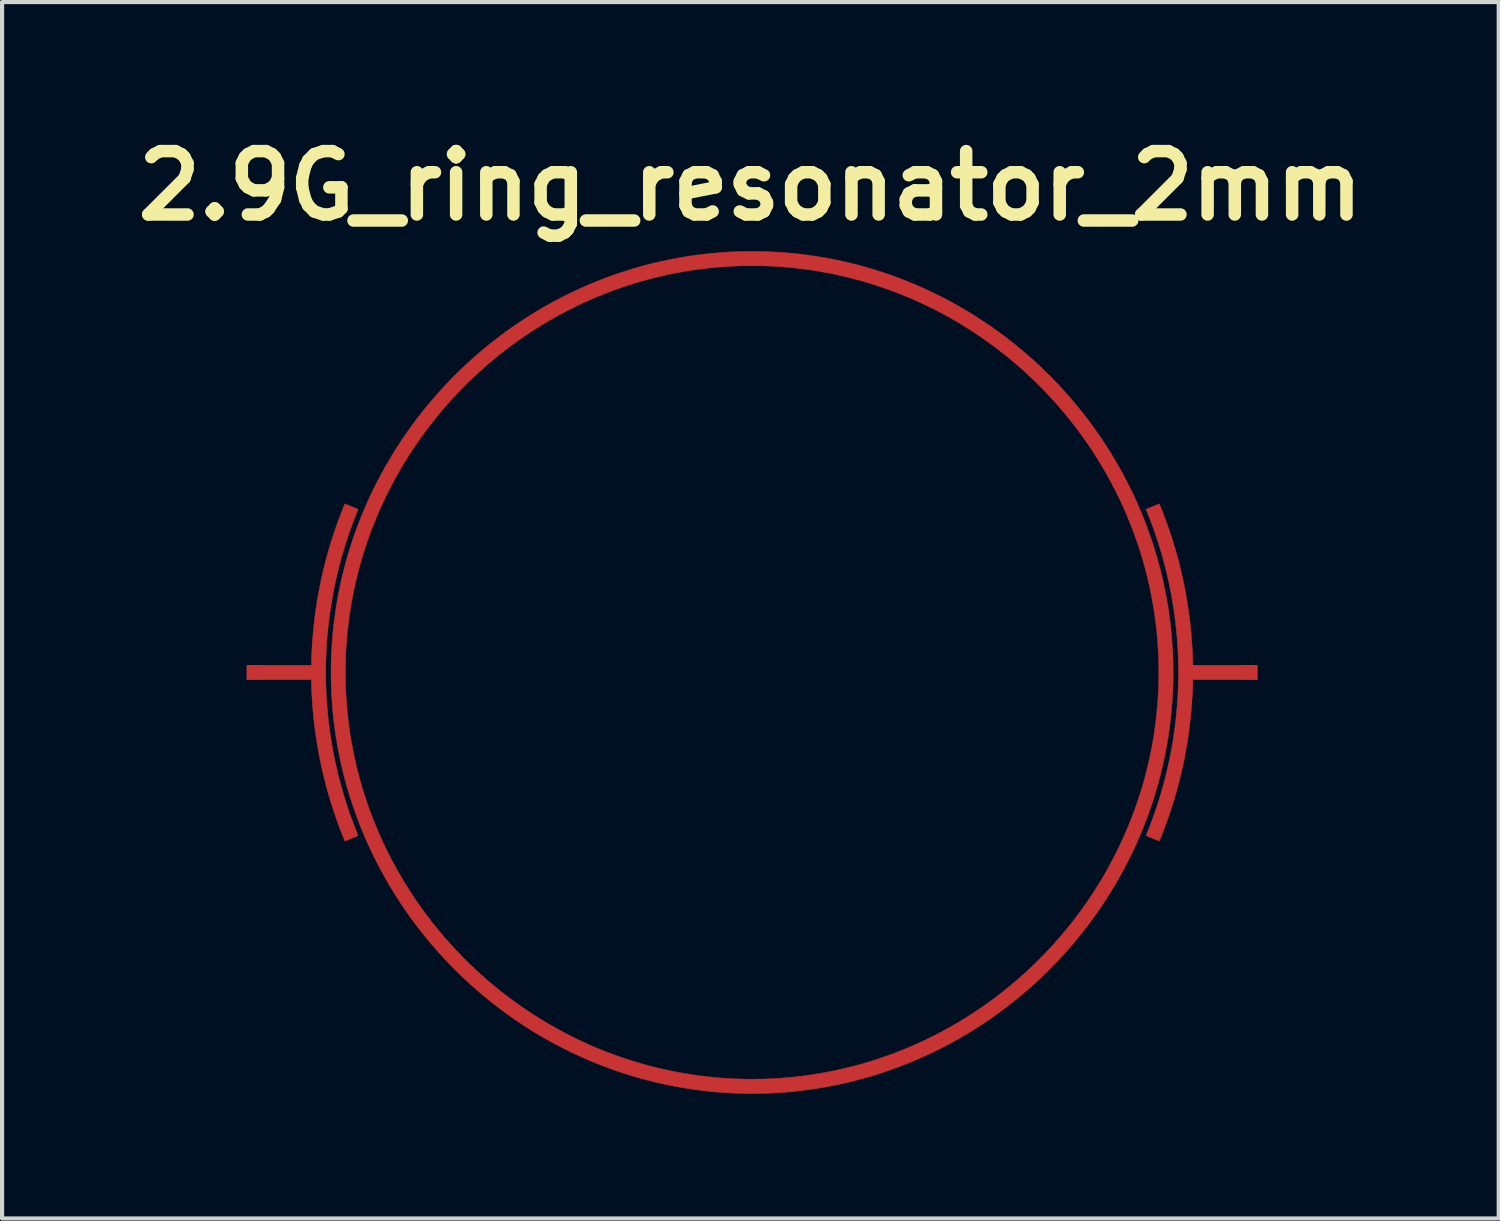
<source format=kicad_pcb>
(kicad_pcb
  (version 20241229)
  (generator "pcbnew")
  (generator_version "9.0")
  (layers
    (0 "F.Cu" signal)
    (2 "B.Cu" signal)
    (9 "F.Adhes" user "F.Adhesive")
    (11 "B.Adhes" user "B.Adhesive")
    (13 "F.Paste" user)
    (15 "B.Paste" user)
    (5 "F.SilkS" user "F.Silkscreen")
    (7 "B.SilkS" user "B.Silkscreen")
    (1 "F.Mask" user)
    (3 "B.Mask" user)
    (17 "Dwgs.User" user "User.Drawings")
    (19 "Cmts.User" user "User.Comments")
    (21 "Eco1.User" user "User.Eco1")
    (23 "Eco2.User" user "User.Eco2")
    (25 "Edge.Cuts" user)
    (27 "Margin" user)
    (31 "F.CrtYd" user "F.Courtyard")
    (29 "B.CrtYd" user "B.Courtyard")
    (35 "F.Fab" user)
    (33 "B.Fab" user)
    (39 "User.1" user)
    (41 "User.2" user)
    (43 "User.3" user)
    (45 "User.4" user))
  (footprint "2.9G_ring_resonator_2mm"
    (layer "F.Cu")
    (at 15.033 13.118)
    (property "Reference" "2.9G_ring_resonator_2mm" (at -0.04 -11.7 0) (layer "F.SilkS") (effects (font (size 1.524 1.524) (thickness 0.3))))
    (attr through_hole)
    (fp_poly (pts (xy 9.793 -4.053) (xy 9.795 -4.05) (xy 9.798 -4.044) (xy 9.802 -4.033) (xy 9.808 -4.019) (xy 9.814 -4.003) (xy 9.822 -3.985) (xy 9.83 -3.965) (xy 9.838 -3.945) (xy 9.846 -3.924) (xy 9.855 -3.903) (xy 9.861 -3.887) (xy 9.944 -3.67) (xy 10.022 -3.451) (xy 10.095 -3.231) (xy 10.163 -3.01) (xy 10.227 -2.787) (xy 10.285 -2.563) (xy 10.339 -2.338) (xy 10.387 -2.112) (xy 10.431 -1.884) (xy 10.469 -1.656) (xy 10.503 -1.427) (xy 10.532 -1.197) (xy 10.556 -0.966) (xy 10.574 -0.735) (xy 10.583 -0.601) (xy 10.585 -0.568) (xy 10.586 -0.533) (xy 10.588 -0.498) (xy 10.59 -0.462) (xy 10.591 -0.426) (xy 10.593 -0.392) (xy 10.594 -0.359) (xy 10.595 -0.328) (xy 10.596 -0.3) (xy 10.596 -0.275) (xy 10.597 -0.255) (xy 10.597 -0.243) (xy 10.597 -0.228) (xy 10.597 -0.213) (xy 10.598 -0.2) (xy 10.598 -0.191) (xy 10.599 -0.19) (xy 10.6 -0.173) (xy 12.144 -0.173) (xy 12.144 0.175) (xy 10.6 0.175) (xy 10.599 0.192) (xy 10.598 0.202) (xy 10.597 0.214) (xy 10.597 0.229) (xy 10.597 0.244) (xy 10.597 0.245) (xy 10.597 0.263) (xy 10.596 0.284) (xy 10.596 0.31) (xy 10.595 0.339) (xy 10.594 0.371) (xy 10.592 0.404) (xy 10.591 0.439) (xy 10.589 0.475) (xy 10.588 0.51) (xy 10.586 0.546) (xy 10.584 0.58) (xy 10.583 0.603) (xy 10.567 0.834) (xy 10.546 1.064) (xy 10.521 1.293) (xy 10.49 1.522) (xy 10.454 1.75) (xy 10.414 1.977) (xy 10.369 2.203) (xy 10.318 2.428) (xy 10.263 2.651) (xy 10.203 2.873) (xy 10.139 3.094) (xy 10.069 3.314) (xy 9.995 3.531) (xy 9.916 3.747) (xy 9.833 3.961) (xy 9.817 3.999) (xy 9.811 4.014) (xy 9.805 4.028) (xy 9.801 4.039) (xy 9.797 4.048) (xy 9.795 4.053) (xy 9.795 4.053) (xy 9.792 4.056) (xy 9.791 4.056) (xy 9.788 4.055) (xy 9.781 4.052) (xy 9.77 4.048) (xy 9.755 4.042) (xy 9.738 4.035) (xy 9.718 4.026) (xy 9.695 4.017) (xy 9.67 4.007) (xy 9.644 3.996) (xy 9.632 3.991) (xy 9.605 3.98) (xy 9.58 3.969) (xy 9.556 3.96) (xy 9.535 3.951) (xy 9.516 3.943) (xy 9.501 3.936) (xy 9.488 3.931) (xy 9.48 3.927) (xy 9.475 3.926) (xy 9.474 3.925) (xy 9.475 3.923) (xy 9.478 3.916) (xy 9.481 3.906) (xy 9.486 3.893) (xy 9.492 3.878) (xy 9.499 3.862) (xy 9.499 3.862) (xy 9.582 3.653) (xy 9.659 3.441) (xy 9.733 3.228) (xy 9.801 3.014) (xy 9.865 2.797) (xy 9.924 2.579) (xy 9.978 2.36) (xy 10.028 2.139) (xy 10.073 1.918) (xy 10.113 1.695) (xy 10.147 1.472) (xy 10.177 1.248) (xy 10.202 1.024) (xy 10.221 0.819) (xy 10.227 0.732) (xy 10.233 0.647) (xy 10.238 0.565) (xy 10.242 0.484) (xy 10.246 0.403) (xy 10.248 0.322) (xy 10.25 0.239) (xy 10.252 0.153) (xy 10.252 0.064) (xy 10.252 0.001) (xy 10.252 -0.091) (xy 10.251 -0.179) (xy 10.25 -0.264) (xy 10.248 -0.346) (xy 10.245 -0.427) (xy 10.241 -0.508) (xy 10.237 -0.589) (xy 10.231 -0.672) (xy 10.225 -0.757) (xy 10.221 -0.817) (xy 10.2 -1.041) (xy 10.175 -1.266) (xy 10.145 -1.489) (xy 10.109 -1.713) (xy 10.069 -1.935) (xy 10.024 -2.157) (xy 9.974 -2.377) (xy 9.919 -2.596) (xy 9.86 -2.814) (xy 9.795 -3.03) (xy 9.726 -3.245) (xy 9.653 -3.458) (xy 9.574 -3.669) (xy 9.499 -3.859) (xy 9.492 -3.876) (xy 9.486 -3.891) (xy 9.481 -3.904) (xy 9.478 -3.914) (xy 9.475 -3.92) (xy 9.474 -3.923) (xy 9.474 -3.923) (xy 9.477 -3.924) (xy 9.484 -3.927) (xy 9.495 -3.932) (xy 9.509 -3.937) (xy 9.526 -3.944) (xy 9.545 -3.952) (xy 9.566 -3.961) (xy 9.588 -3.97) (xy 9.611 -3.98) (xy 9.635 -3.989) (xy 9.658 -3.999) (xy 9.682 -4.008) (xy 9.704 -4.017) (xy 9.725 -4.026) (xy 9.743 -4.034) (xy 9.76 -4.04) (xy 9.774 -4.046) (xy 9.784 -4.05) (xy 9.791 -4.052) (xy 9.793 -4.053) (xy 9.793 -4.053)) (stroke (width 0.01) (type solid)) (fill yes) (layer "F.Cu"))
    (fp_poly (pts (xy -9.788 -4.052) (xy -9.782 -4.05) (xy -9.771 -4.046) (xy -9.758 -4.04) (xy -9.741 -4.034) (xy -9.722 -4.026) (xy -9.701 -4.018) (xy -9.679 -4.008) (xy -9.656 -3.999) (xy -9.632 -3.989) (xy -9.609 -3.98) (xy -9.586 -3.97) (xy -9.563 -3.961) (xy -9.542 -3.952) (xy -9.523 -3.944) (xy -9.507 -3.937) (xy -9.493 -3.932) (xy -9.482 -3.927) (xy -9.475 -3.924) (xy -9.472 -3.923) (xy -9.472 -3.923) (xy -9.473 -3.92) (xy -9.475 -3.914) (xy -9.479 -3.904) (xy -9.484 -3.891) (xy -9.49 -3.876) (xy -9.497 -3.859) (xy -9.497 -3.859) (xy -9.579 -3.65) (xy -9.657 -3.439) (xy -9.73 -3.225) (xy -9.799 -3.011) (xy -9.863 -2.794) (xy -9.922 -2.576) (xy -9.976 -2.357) (xy -10.026 -2.136) (xy -10.07 -1.914) (xy -10.11 -1.691) (xy -10.145 -1.468) (xy -10.175 -1.244) (xy -10.2 -1.019) (xy -10.22 -0.794) (xy -10.227 -0.695) (xy -10.232 -0.624) (xy -10.236 -0.555) (xy -10.239 -0.489) (xy -10.242 -0.424) (xy -10.245 -0.36) (xy -10.247 -0.294) (xy -10.248 -0.228) (xy -10.249 -0.159) (xy -10.25 -0.087) (xy -10.25 -0.01) (xy -10.25 0.001) (xy -10.25 0.078) (xy -10.249 0.151) (xy -10.248 0.22) (xy -10.247 0.287) (xy -10.245 0.353) (xy -10.243 0.417) (xy -10.24 0.482) (xy -10.236 0.548) (xy -10.233 0.616) (xy -10.228 0.687) (xy -10.227 0.697) (xy -10.209 0.923) (xy -10.187 1.148) (xy -10.159 1.372) (xy -10.126 1.596) (xy -10.088 1.819) (xy -10.046 2.041) (xy -9.998 2.262) (xy -9.946 2.482) (xy -9.889 2.701) (xy -9.827 2.918) (xy -9.761 3.134) (xy -9.69 3.348) (xy -9.614 3.56) (xy -9.533 3.77) (xy -9.497 3.862) (xy -9.49 3.878) (xy -9.484 3.893) (xy -9.479 3.906) (xy -9.475 3.916) (xy -9.473 3.923) (xy -9.472 3.925) (xy -9.472 3.925) (xy -9.474 3.926) (xy -9.481 3.929) (xy -9.492 3.934) (xy -9.505 3.939) (xy -9.522 3.946) (xy -9.541 3.954) (xy -9.562 3.963) (xy -9.584 3.972) (xy -9.607 3.981) (xy -9.631 3.991) (xy -9.654 4.001) (xy -9.678 4.011) (xy -9.7 4.02) (xy -9.721 4.028) (xy -9.74 4.036) (xy -9.756 4.043) (xy -9.77 4.048) (xy -9.78 4.053) (xy -9.787 4.055) (xy -9.79 4.056) (xy -9.79 4.056) (xy -9.792 4.054) (xy -9.792 4.053) (xy -9.794 4.05) (xy -9.797 4.043) (xy -9.801 4.032) (xy -9.806 4.02) (xy -9.812 4.005) (xy -9.814 3.999) (xy -9.899 3.786) (xy -9.978 3.571) (xy -10.053 3.354) (xy -10.123 3.136) (xy -10.189 2.916) (xy -10.25 2.694) (xy -10.305 2.471) (xy -10.357 2.247) (xy -10.403 2.021) (xy -10.444 1.795) (xy -10.481 1.568) (xy -10.512 1.34) (xy -10.539 1.112) (xy -10.561 0.883) (xy -10.571 0.743) (xy -10.574 0.704) (xy -10.577 0.663) (xy -10.579 0.621) (xy -10.581 0.578) (xy -10.584 0.536) (xy -10.586 0.493) (xy -10.588 0.452) (xy -10.59 0.413) (xy -10.591 0.375) (xy -10.592 0.34) (xy -10.593 0.309) (xy -10.594 0.281) (xy -10.594 0.257) (xy -10.594 0.249) (xy -10.594 0.234) (xy -10.595 0.219) (xy -10.595 0.205) (xy -10.596 0.195) (xy -10.596 0.195) (xy -10.598 0.175) (xy -12.141 0.175) (xy -12.141 -0.173) (xy -10.598 -0.173) (xy -10.596 -0.192) (xy -10.595 -0.202) (xy -10.595 -0.216) (xy -10.594 -0.231) (xy -10.594 -0.246) (xy -10.594 -0.246) (xy -10.594 -0.262) (xy -10.594 -0.283) (xy -10.593 -0.308) (xy -10.592 -0.335) (xy -10.591 -0.366) (xy -10.59 -0.398) (xy -10.589 -0.432) (xy -10.587 -0.467) (xy -10.585 -0.501) (xy -10.584 -0.536) (xy -10.582 -0.569) (xy -10.58 -0.601) (xy -10.564 -0.833) (xy -10.543 -1.065) (xy -10.518 -1.296) (xy -10.487 -1.526) (xy -10.451 -1.755) (xy -10.41 -1.983) (xy -10.364 -2.209) (xy -10.314 -2.435) (xy -10.258 -2.66) (xy -10.197 -2.883) (xy -10.132 -3.105) (xy -10.061 -3.326) (xy -9.986 -3.546) (xy -9.906 -3.764) (xy -9.858 -3.887) (xy -9.85 -3.908) (xy -9.842 -3.929) (xy -9.833 -3.95) (xy -9.825 -3.97) (xy -9.817 -3.99) (xy -9.81 -4.007) (xy -9.804 -4.023) (xy -9.798 -4.036) (xy -9.794 -4.046) (xy -9.792 -4.052) (xy -9.791 -4.053) (xy -9.788 -4.052)) (stroke (width 0.01) (type solid)) (fill yes) (layer "F.Cu"))
    (fp_poly (pts (xy 0.049 -10.123) (xy 0.092 -10.123) (xy 0.131 -10.123) (xy 0.166 -10.122) (xy 0.2 -10.122) (xy 0.231 -10.122) (xy 0.261 -10.121) (xy 0.29 -10.12) (xy 0.32 -10.12) (xy 0.35 -10.119) (xy 0.381 -10.117) (xy 0.413 -10.116) (xy 0.449 -10.114) (xy 0.455 -10.114) (xy 0.68 -10.101) (xy 0.905 -10.084) (xy 1.129 -10.061) (xy 1.353 -10.033) (xy 1.575 -10) (xy 1.797 -9.963) (xy 2.018 -9.92) (xy 2.238 -9.872) (xy 2.456 -9.819) (xy 2.674 -9.762) (xy 2.832 -9.716) (xy 2.983 -9.671) (xy 3.136 -9.621) (xy 3.29 -9.569) (xy 3.443 -9.515) (xy 3.593 -9.458) (xy 3.74 -9.401) (xy 3.764 -9.391) (xy 3.974 -9.303) (xy 4.181 -9.211) (xy 4.386 -9.114) (xy 4.589 -9.013) (xy 4.789 -8.907) (xy 4.987 -8.796) (xy 5.182 -8.682) (xy 5.375 -8.563) (xy 5.565 -8.439) (xy 5.753 -8.312) (xy 5.938 -8.18) (xy 6.12 -8.044) (xy 6.299 -7.904) (xy 6.475 -7.759) (xy 6.649 -7.611) (xy 6.763 -7.51) (xy 6.855 -7.426) (xy 6.948 -7.338) (xy 7.042 -7.247) (xy 7.136 -7.155) (xy 7.229 -7.061) (xy 7.32 -6.967) (xy 7.409 -6.873) (xy 7.494 -6.781) (xy 7.512 -6.76) (xy 7.662 -6.59) (xy 7.808 -6.417) (xy 7.95 -6.241) (xy 8.089 -6.062) (xy 8.223 -5.879) (xy 8.353 -5.694) (xy 8.479 -5.507) (xy 8.6 -5.317) (xy 8.717 -5.124) (xy 8.83 -4.929) (xy 8.939 -4.732) (xy 9.042 -4.533) (xy 9.142 -4.332) (xy 9.187 -4.235) (xy 9.281 -4.029) (xy 9.369 -3.82) (xy 9.453 -3.611) (xy 9.532 -3.399) (xy 9.607 -3.186) (xy 9.676 -2.97) (xy 9.741 -2.753) (xy 9.758 -2.692) (xy 9.816 -2.478) (xy 9.869 -2.262) (xy 9.916 -2.044) (xy 9.959 -1.825) (xy 9.998 -1.605) (xy 10.031 -1.384) (xy 10.059 -1.162) (xy 10.083 -0.939) (xy 10.101 -0.716) (xy 10.115 -0.492) (xy 10.117 -0.452) (xy 10.118 -0.416) (xy 10.12 -0.383) (xy 10.121 -0.351) (xy 10.122 -0.321) (xy 10.123 -0.292) (xy 10.124 -0.262) (xy 10.124 -0.232) (xy 10.125 -0.201) (xy 10.125 -0.168) (xy 10.125 -0.132) (xy 10.125 -0.093) (xy 10.125 -0.051) (xy 10.126 -0.004) (xy 10.126 0) (xy 10.126 0.048) (xy 10.125 0.091) (xy 10.125 0.131) (xy 10.125 0.167) (xy 10.125 0.201) (xy 10.124 0.233) (xy 10.124 0.264) (xy 10.123 0.295) (xy 10.122 0.325) (xy 10.121 0.356) (xy 10.12 0.388) (xy 10.118 0.423) (xy 10.116 0.46) (xy 10.115 0.48) (xy 10.102 0.702) (xy 10.084 0.924) (xy 10.061 1.146) (xy 10.034 1.367) (xy 10.001 1.588) (xy 9.963 1.807) (xy 9.921 2.026) (xy 9.874 2.24) (xy 9.821 2.459) (xy 9.764 2.676) (xy 9.701 2.892) (xy 9.634 3.106) (xy 9.562 3.319) (xy 9.485 3.53) (xy 9.404 3.739) (xy 9.318 3.946) (xy 9.227 4.151) (xy 9.132 4.354) (xy 9.032 4.555) (xy 8.928 4.754) (xy 8.82 4.95) (xy 8.707 5.145) (xy 8.589 5.337) (xy 8.468 5.526) (xy 8.342 5.713) (xy 8.211 5.898) (xy 8.077 6.079) (xy 7.938 6.258) (xy 7.796 6.435) (xy 7.649 6.608) (xy 7.498 6.779) (xy 7.446 6.835) (xy 7.381 6.905) (xy 7.313 6.977) (xy 7.242 7.051) (xy 7.169 7.124) (xy 7.095 7.198) (xy 7.022 7.27) (xy 6.949 7.34) (xy 6.877 7.407) (xy 6.835 7.446) (xy 6.665 7.599) (xy 6.492 7.748) (xy 6.316 7.892) (xy 6.137 8.033) (xy 5.955 8.17) (xy 5.771 8.302) (xy 5.583 8.43) (xy 5.393 8.554) (xy 5.201 8.673) (xy 5.005 8.788) (xy 4.808 8.899) (xy 4.608 9.005) (xy 4.405 9.107) (xy 4.2 9.205) (xy 4.117 9.242) (xy 3.911 9.333) (xy 3.702 9.418) (xy 3.492 9.499) (xy 3.281 9.575) (xy 3.067 9.646) (xy 2.853 9.713) (xy 2.637 9.774) (xy 2.42 9.831) (xy 2.201 9.883) (xy 1.982 9.93) (xy 1.761 9.971) (xy 1.54 10.008) (xy 1.317 10.04) (xy 1.094 10.067) (xy 0.87 10.089) (xy 0.832 10.093) (xy 0.767 10.098) (xy 0.703 10.102) (xy 0.639 10.107) (xy 0.574 10.111) (xy 0.508 10.114) (xy 0.439 10.117) (xy 0.366 10.12) (xy 0.323 10.122) (xy 0.309 10.122) (xy 0.292 10.123) (xy 0.27 10.123) (xy 0.245 10.124) (xy 0.217 10.124) (xy 0.187 10.124) (xy 0.154 10.125) (xy 0.121 10.125) (xy 0.086 10.125) (xy 0.052 10.125) (xy 0.017 10.126) (xy -0.016 10.126) (xy -0.049 10.126) (xy -0.079 10.126) (xy -0.107 10.126) (xy -0.133 10.126) (xy -0.154 10.126) (xy -0.172 10.126) (xy -0.186 10.125) (xy -0.187 10.125) (xy -0.275 10.123) (xy -0.359 10.12) (xy -0.44 10.117) (xy -0.518 10.113) (xy -0.594 10.109) (xy -0.67 10.104) (xy -0.746 10.099) (xy -0.822 10.093) (xy -0.829 10.093) (xy -1.053 10.071) (xy -1.277 10.045) (xy -1.5 10.014) (xy -1.721 9.978) (xy -1.942 9.937) (xy -2.162 9.891) (xy -2.38 9.84) (xy -2.598 9.784) (xy -2.814 9.724) (xy -3.029 9.658) (xy -3.242 9.588) (xy -3.454 9.512) (xy -3.664 9.432) (xy -3.873 9.347) (xy -4.08 9.258) (xy -4.115 9.242) (xy -4.321 9.147) (xy -4.524 9.047) (xy -4.725 8.942) (xy -4.924 8.833) (xy -5.12 8.72) (xy -5.314 8.602) (xy -5.505 8.48) (xy -5.693 8.354) (xy -5.879 8.223) (xy -6.062 8.088) (xy -6.242 7.949) (xy -6.419 7.806) (xy -6.594 7.659) (xy -6.765 7.508) (xy -6.833 7.446) (xy -6.903 7.381) (xy -6.975 7.313) (xy -7.048 7.242) (xy -7.122 7.169) (xy -7.195 7.095) (xy -7.267 7.022) (xy -7.337 6.949) (xy -7.405 6.877) (xy -7.444 6.835) (xy -7.596 6.665) (xy -7.745 6.492) (xy -7.89 6.316) (xy -8.03 6.137) (xy -8.167 5.956) (xy -8.299 5.771) (xy -8.427 5.584) (xy -8.551 5.394) (xy -8.67 5.202) (xy -8.785 5.007) (xy -8.896 4.809) (xy -9.002 4.61) (xy -9.103 4.407) (xy -9.201 4.203) (xy -9.293 3.996) (xy -9.381 3.787) (xy -9.391 3.764) (xy -9.457 3.597) (xy -9.52 3.427) (xy -9.581 3.255) (xy -9.639 3.081) (xy -9.694 2.908) (xy -9.745 2.735) (xy -9.784 2.593) (xy -9.839 2.377) (xy -9.89 2.159) (xy -9.935 1.94) (xy -9.976 1.721) (xy -10.012 1.501) (xy -10.043 1.281) (xy -10.063 1.109) (xy -10.083 0.918) (xy -10.098 0.725) (xy -10.11 0.533) (xy -10.113 0.48) (xy -10.115 0.441) (xy -10.116 0.406) (xy -10.118 0.372) (xy -10.119 0.341) (xy -10.12 0.31) (xy -10.121 0.28) (xy -10.121 0.25) (xy -10.122 0.219) (xy -10.122 0.186) (xy -10.123 0.151) (xy -10.123 0.114) (xy -10.123 0.073) (xy -10.123 0.028) (xy -10.123 0.001) (xy -9.777 0.001) (xy -9.777 0.064) (xy -9.777 0.123) (xy -9.776 0.178) (xy -9.775 0.23) (xy -9.774 0.281) (xy -9.773 0.331) (xy -9.771 0.381) (xy -9.769 0.432) (xy -9.766 0.485) (xy -9.763 0.54) (xy -9.762 0.555) (xy -9.747 0.777) (xy -9.727 0.997) (xy -9.702 1.217) (xy -9.672 1.436) (xy -9.636 1.654) (xy -9.596 1.871) (xy -9.551 2.087) (xy -9.501 2.302) (xy -9.446 2.516) (xy -9.386 2.728) (xy -9.322 2.939) (xy -9.252 3.149) (xy -9.178 3.358) (xy -9.098 3.565) (xy -9.014 3.77) (xy -8.925 3.974) (xy -8.921 3.983) (xy -8.901 4.028) (xy -8.878 4.076) (xy -8.854 4.127) (xy -8.829 4.179) (xy -8.804 4.232) (xy -8.777 4.286) (xy -8.751 4.339) (xy -8.726 4.39) (xy -8.701 4.438) (xy -8.678 4.484) (xy -8.659 4.52) (xy -8.551 4.718) (xy -8.439 4.913) (xy -8.323 5.106) (xy -8.203 5.295) (xy -8.079 5.482) (xy -7.951 5.665) (xy -7.818 5.845) (xy -7.682 6.023) (xy -7.541 6.197) (xy -7.397 6.368) (xy -7.249 6.536) (xy -7.096 6.701) (xy -6.94 6.862) (xy -6.78 7.021) (xy -6.616 7.176) (xy -6.506 7.276) (xy -6.338 7.424) (xy -6.166 7.567) (xy -5.992 7.707) (xy -5.814 7.842) (xy -5.633 7.974) (xy -5.45 8.102) (xy -5.263 8.225) (xy -5.073 8.344) (xy -4.881 8.459) (xy -4.685 8.57) (xy -4.507 8.666) (xy -4.481 8.68) (xy -4.452 8.695) (xy -4.419 8.712) (xy -4.385 8.729) (xy -4.348 8.748) (xy -4.311 8.766) (xy -4.274 8.784) (xy -4.238 8.802) (xy -4.204 8.819) (xy -4.172 8.835) (xy -4.142 8.849) (xy -4.12 8.859) (xy -3.917 8.952) (xy -3.713 9.04) (xy -3.507 9.122) (xy -3.301 9.2) (xy -3.093 9.273) (xy -2.883 9.341) (xy -2.673 9.404) (xy -2.46 9.463) (xy -2.246 9.517) (xy -2.151 9.539) (xy -1.936 9.585) (xy -1.721 9.627) (xy -1.504 9.663) (xy -1.286 9.695) (xy -1.066 9.722) (xy -0.846 9.744) (xy -0.625 9.76) (xy -0.404 9.772) (xy -0.182 9.779) (xy -0.144 9.78) (xy -0.125 9.78) (xy -0.103 9.78) (xy -0.076 9.78) (xy -0.047 9.78) (xy -0.015 9.78) (xy 0.019 9.78) (xy 0.053 9.78) (xy 0.088 9.78) (xy 0.123 9.779) (xy 0.157 9.779) (xy 0.189 9.778) (xy 0.22 9.778) (xy 0.247 9.778) (xy 0.27 9.777) (xy 0.29 9.777) (xy 0.295 9.776) (xy 0.356 9.774) (xy 0.413 9.772) (xy 0.468 9.77) (xy 0.52 9.767) (xy 0.555 9.765) (xy 0.776 9.75) (xy 0.997 9.73) (xy 1.217 9.704) (xy 1.435 9.674) (xy 1.653 9.639) (xy 1.87 9.599) (xy 2.085 9.554) (xy 2.3 9.504) (xy 2.513 9.45) (xy 2.725 9.39) (xy 2.935 9.326) (xy 3.144 9.256) (xy 3.352 9.182) (xy 3.558 9.104) (xy 3.762 9.02) (xy 3.965 8.932) (xy 4.166 8.839) (xy 4.365 8.741) (xy 4.562 8.638) (xy 4.758 8.531) (xy 4.951 8.419) (xy 4.979 8.403) (xy 5.168 8.288) (xy 5.354 8.167) (xy 5.538 8.043) (xy 5.719 7.914) (xy 5.898 7.781) (xy 6.073 7.644) (xy 6.246 7.503) (xy 6.415 7.359) (xy 6.582 7.21) (xy 6.745 7.057) (xy 6.904 6.901) (xy 7.061 6.741) (xy 7.214 6.578) (xy 7.275 6.51) (xy 7.422 6.342) (xy 7.566 6.17) (xy 7.706 5.996) (xy 7.841 5.819) (xy 7.972 5.638) (xy 8.1 5.455) (xy 8.223 5.269) (xy 8.342 5.08) (xy 8.456 4.889) (xy 8.566 4.695) (xy 8.672 4.499) (xy 8.773 4.3) (xy 8.87 4.099) (xy 8.962 3.896) (xy 9.04 3.714) (xy 9.105 3.553) (xy 9.169 3.388) (xy 9.229 3.221) (xy 9.287 3.053) (xy 9.341 2.885) (xy 9.388 2.733) (xy 9.448 2.519) (xy 9.503 2.304) (xy 9.553 2.089) (xy 9.599 1.872) (xy 9.639 1.655) (xy 9.674 1.437) (xy 9.704 1.218) (xy 9.729 0.998) (xy 9.75 0.777) (xy 9.765 0.556) (xy 9.765 0.555) (xy 9.768 0.499) (xy 9.771 0.446) (xy 9.773 0.395) (xy 9.775 0.345) (xy 9.776 0.295) (xy 9.778 0.244) (xy 9.779 0.192) (xy 9.779 0.138) (xy 9.78 0.08) (xy 9.78 0.019) (xy 9.78 0.001) (xy 9.78 -0.061) (xy 9.779 -0.12) (xy 9.779 -0.175) (xy 9.778 -0.228) (xy 9.777 -0.278) (xy 9.775 -0.328) (xy 9.774 -0.378) (xy 9.771 -0.429) (xy 9.769 -0.482) (xy 9.766 -0.537) (xy 9.765 -0.552) (xy 9.75 -0.774) (xy 9.73 -0.994) (xy 9.704 -1.214) (xy 9.674 -1.433) (xy 9.639 -1.65) (xy 9.599 -1.867) (xy 9.554 -2.082) (xy 9.504 -2.297) (xy 9.45 -2.51) (xy 9.39 -2.722) (xy 9.326 -2.932) (xy 9.256 -3.141) (xy 9.182 -3.349) (xy 9.104 -3.555) (xy 9.02 -3.759) (xy 8.932 -3.962) (xy 8.839 -4.163) (xy 8.741 -4.362) (xy 8.639 -4.559) (xy 8.532 -4.755) (xy 8.42 -4.948) (xy 8.403 -4.976) (xy 8.288 -5.165) (xy 8.167 -5.352) (xy 8.043 -5.536) (xy 7.914 -5.717) (xy 7.781 -5.896) (xy 7.644 -6.071) (xy 7.503 -6.244) (xy 7.358 -6.413) (xy 7.209 -6.58) (xy 7.056 -6.743) (xy 6.9 -6.903) (xy 6.74 -7.059) (xy 6.576 -7.212) (xy 6.51 -7.272) (xy 6.342 -7.42) (xy 6.171 -7.563) (xy 5.996 -7.703) (xy 5.819 -7.838) (xy 5.638 -7.97) (xy 5.454 -8.097) (xy 5.268 -8.221) (xy 5.078 -8.34) (xy 4.886 -8.456) (xy 4.69 -8.567) (xy 4.52 -8.659) (xy 4.478 -8.681) (xy 4.432 -8.704) (xy 4.383 -8.729) (xy 4.331 -8.755) (xy 4.278 -8.781) (xy 4.225 -8.807) (xy 4.172 -8.833) (xy 4.119 -8.858) (xy 4.069 -8.882) (xy 4.021 -8.904) (xy 3.983 -8.921) (xy 3.779 -9.01) (xy 3.574 -9.094) (xy 3.367 -9.174) (xy 3.159 -9.248) (xy 2.95 -9.318) (xy 2.739 -9.383) (xy 2.527 -9.443) (xy 2.313 -9.498) (xy 2.099 -9.549) (xy 1.883 -9.594) (xy 1.667 -9.634) (xy 1.449 -9.67) (xy 1.231 -9.7) (xy 1.012 -9.726) (xy 0.809 -9.745) (xy 0.722 -9.751) (xy 0.638 -9.757) (xy 0.557 -9.763) (xy 0.476 -9.767) (xy 0.396 -9.77) (xy 0.316 -9.773) (xy 0.234 -9.775) (xy 0.149 -9.776) (xy 0.061 -9.777) (xy 0.001 -9.777) (xy -0.061 -9.777) (xy -0.12 -9.777) (xy -0.175 -9.776) (xy -0.228 -9.775) (xy -0.279 -9.774) (xy -0.329 -9.773) (xy -0.379 -9.771) (xy -0.43 -9.769) (xy -0.483 -9.766) (xy -0.538 -9.763) (xy -0.552 -9.762) (xy -0.774 -9.747) (xy -0.995 -9.727) (xy -1.215 -9.702) (xy -1.434 -9.672) (xy -1.652 -9.636) (xy -1.869 -9.596) (xy -2.085 -9.551) (xy -2.299 -9.501) (xy -2.513 -9.446) (xy -2.726 -9.386) (xy -2.937 -9.322) (xy -3.147 -9.252) (xy -3.355 -9.178) (xy -3.562 -9.098) (xy -3.768 -9.014) (xy -3.972 -8.925) (xy -3.98 -8.921) (xy -4.025 -8.901) (xy -4.073 -8.878) (xy -4.124 -8.854) (xy -4.177 -8.829) (xy -4.23 -8.804) (xy -4.283 -8.777) (xy -4.336 -8.751) (xy -4.387 -8.726) (xy -4.436 -8.701) (xy -4.481 -8.678) (xy -4.517 -8.659) (xy -4.715 -8.551) (xy -4.911 -8.439) (xy -5.103 -8.323) (xy -5.292 -8.203) (xy -5.479 -8.079) (xy -5.663 -7.951) (xy -5.843 -7.818) (xy -6.021 -7.682) (xy -6.195 -7.541) (xy -6.366 -7.397) (xy -6.534 -7.248) (xy -6.699 -7.096) (xy -6.861 -6.94) (xy -7.019 -6.78) (xy -7.174 -6.616) (xy -7.186 -6.603) (xy -7.335 -6.437) (xy -7.481 -6.268) (xy -7.622 -6.095) (xy -7.76 -5.919) (xy -7.894 -5.74) (xy -8.024 -5.559) (xy -8.15 -5.374) (xy -8.272 -5.186) (xy -8.389 -4.996) (xy -8.498 -4.809) (xy -8.595 -4.636) (xy -8.689 -4.459) (xy -8.779 -4.281) (xy -8.865 -4.101) (xy -8.948 -3.921) (xy -8.98 -3.846) (xy -9.066 -3.642) (xy -9.147 -3.436) (xy -9.224 -3.228) (xy -9.295 -3.019) (xy -9.362 -2.808) (xy -9.423 -2.596) (xy -9.48 -2.383) (xy -9.532 -2.169) (xy -9.579 -1.954) (xy -9.621 -1.738) (xy -9.658 -1.521) (xy -9.69 -1.303) (xy -9.717 -1.084) (xy -9.74 -0.864) (xy -9.745 -0.806) (xy -9.751 -0.719) (xy -9.758 -0.635) (xy -9.763 -0.553) (xy -9.767 -0.472) (xy -9.77 -0.391) (xy -9.773 -0.31) (xy -9.775 -0.228) (xy -9.777 -0.143) (xy -9.777 -0.054) (xy -9.777 0.001) (xy -10.123 0.001) (xy -10.123 0) (xy -10.123 -0.047) (xy -10.123 -0.09) (xy -10.123 -0.13) (xy -10.122 -0.166) (xy -10.122 -0.199) (xy -10.122 -0.231) (xy -10.121 -0.261) (xy -10.12 -0.29) (xy -10.119 -0.32) (xy -10.118 -0.35) (xy -10.117 -0.382) (xy -10.116 -0.415) (xy -10.114 -0.451) (xy -10.114 -0.452) (xy -10.101 -0.678) (xy -10.084 -0.903) (xy -10.061 -1.127) (xy -10.033 -1.35) (xy -10 -1.572) (xy -9.963 -1.794) (xy -9.92 -2.014) (xy -9.872 -2.234) (xy -9.82 -2.452) (xy -9.762 -2.669) (xy -9.7 -2.885) (xy -9.633 -3.099) (xy -9.561 -3.313) (xy -9.484 -3.525) (xy -9.402 -3.735) (xy -9.315 -3.944) (xy -9.246 -4.101) (xy -9.185 -4.235) (xy -9.121 -4.37) (xy -9.054 -4.505) (xy -8.985 -4.639) (xy -8.929 -4.746) (xy -8.819 -4.945) (xy -8.704 -5.142) (xy -8.586 -5.336) (xy -8.463 -5.527) (xy -8.336 -5.716) (xy -8.204 -5.902) (xy -8.069 -6.085) (xy -7.929 -6.265) (xy -7.785 -6.442) (xy -7.637 -6.616) (xy -7.51 -6.76) (xy -7.426 -6.852) (xy -7.338 -6.946) (xy -7.247 -7.04) (xy -7.155 -7.134) (xy -7.061 -7.227) (xy -6.967 -7.318) (xy -6.873 -7.406) (xy -6.781 -7.491) (xy -6.76 -7.51) (xy -6.589 -7.661) (xy -6.415 -7.808) (xy -6.238 -7.95) (xy -6.058 -8.089) (xy -5.875 -8.224) (xy -5.689 -8.354) (xy -5.501 -8.48) (xy -5.31 -8.602) (xy -5.117 -8.719) (xy -4.921 -8.832) (xy -4.723 -8.941) (xy -4.522 -9.045) (xy -4.319 -9.145) (xy -4.114 -9.24) (xy -3.906 -9.331) (xy -3.719 -9.408) (xy -3.579 -9.463) (xy -3.436 -9.516) (xy -3.291 -9.568) (xy -3.145 -9.617) (xy -3 -9.664) (xy -2.857 -9.708) (xy -2.837 -9.714) (xy -2.621 -9.776) (xy -2.404 -9.832) (xy -2.185 -9.883) (xy -1.965 -9.93) (xy -1.744 -9.971) (xy -1.523 -10.008) (xy -1.3 -10.04) (xy -1.077 -10.066) (xy -0.852 -10.088) (xy -0.628 -10.105) (xy -0.452 -10.114) (xy -0.416 -10.116) (xy -0.383 -10.117) (xy -0.352 -10.118) (xy -0.322 -10.119) (xy -0.293 -10.12) (xy -0.263 -10.121) (xy -0.233 -10.122) (xy -0.202 -10.122) (xy -0.169 -10.122) (xy -0.134 -10.123) (xy -0.096 -10.123) (xy -0.053 -10.123) (xy -0.007 -10.123) (xy 0.001 -10.123) (xy 0.049 -10.123)) (stroke (width 0.01) (type solid)) (fill yes) (layer "F.Cu"))
    (pad "1" smd rect (at -11.98 0) (size 0.346 0.346) (layers "F.Cu"))
    (pad "2" smd rect (at 11.98 0) (size 0.346 0.346) (layers "F.Cu")))
  (gr_rect
    (start -3 -3)
    (end 32.987 26.249)
    (stroke (width 0.1) (type default))
    (fill no)
    (layer "Edge.Cuts")))
</source>
